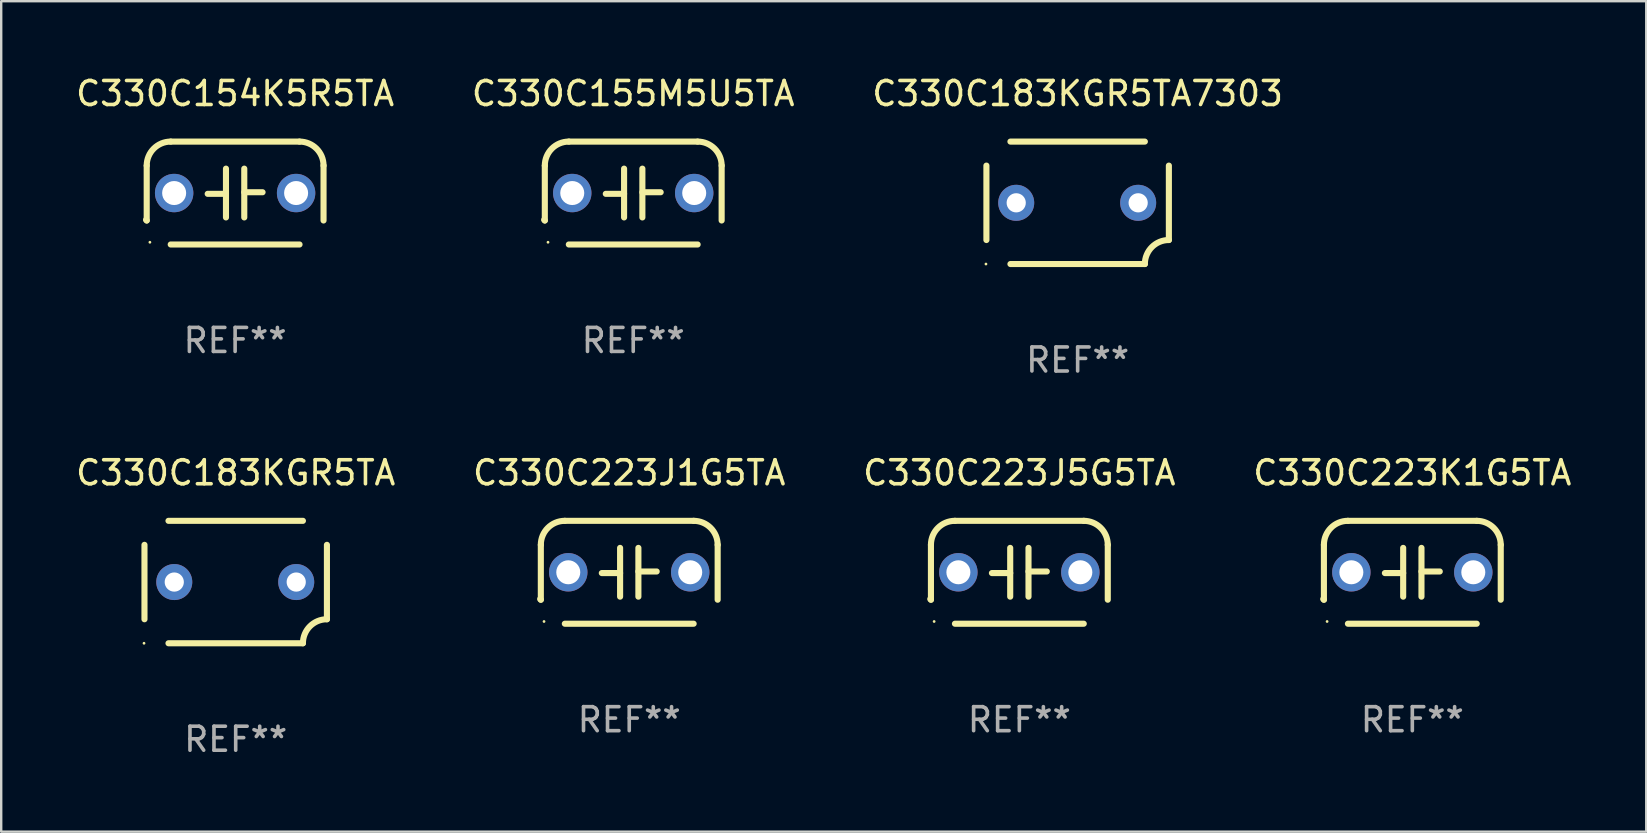
<source format=kicad_pcb>
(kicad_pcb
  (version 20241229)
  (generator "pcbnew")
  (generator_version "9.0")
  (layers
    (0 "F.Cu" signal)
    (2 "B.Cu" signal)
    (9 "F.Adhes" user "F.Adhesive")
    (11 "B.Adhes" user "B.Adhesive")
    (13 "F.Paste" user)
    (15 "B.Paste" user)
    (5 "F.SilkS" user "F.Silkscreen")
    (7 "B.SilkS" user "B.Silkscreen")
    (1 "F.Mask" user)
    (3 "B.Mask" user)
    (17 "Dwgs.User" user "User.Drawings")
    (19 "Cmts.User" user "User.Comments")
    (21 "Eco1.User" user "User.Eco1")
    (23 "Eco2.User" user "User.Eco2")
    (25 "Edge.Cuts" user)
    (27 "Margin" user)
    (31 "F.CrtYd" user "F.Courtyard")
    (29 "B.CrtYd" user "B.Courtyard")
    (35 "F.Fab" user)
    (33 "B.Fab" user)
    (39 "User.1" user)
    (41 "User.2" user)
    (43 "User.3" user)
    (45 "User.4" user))
  (footprint "C330C223J1G5TA"
    (layer "F.Cu")
    (at 23.161 20.788)
    (property "Reference" "C330C223J1G5TA" (at 0 -4.143 0) (layer "F.SilkS") (effects (font (size 1 1) (thickness 0.15))))
    (attr through_hole)
    (fp_line (start -3.683 -1.143) (end -3.683 1.143) (stroke (width 0.254) (type solid)) (layer "F.SilkS"))
    (fp_line (start -2.683 -2.143) (end 2.683 -2.143) (stroke (width 0.254) (type solid)) (layer "F.SilkS"))
    (fp_line (start -0.381 0.033) (end -1.143 0.033) (stroke (width 0.254) (type solid)) (layer "F.SilkS"))
    (fp_line (start -0.381 1.016) (end -0.381 -1.016) (stroke (width 0.254) (type solid)) (layer "F.SilkS"))
    (fp_line (start 0.381 -1.016) (end 0.381 1.016) (stroke (width 0.254) (type solid)) (layer "F.SilkS"))
    (fp_line (start 0.381 -0.033) (end 1.143 -0.033) (stroke (width 0.254) (type solid)) (layer "F.SilkS"))
    (fp_line (start 2.683 2.143) (end -2.683 2.143) (stroke (width 0.254) (type solid)) (layer "F.SilkS"))
    (fp_line (start 3.683 1.143) (end 3.683 -1.143) (stroke (width 0.254) (type solid)) (layer "F.SilkS"))
    (fp_arc (start -3.710292 1.115763) (mid -3.696656 1.129383) (end -3.68302 1.143002) (stroke (width 0.254001) (type solid)) (layer "F.SilkS"))
    (fp_arc (start -3.682994 -1.142977) (mid -3.390088 -1.850114) (end -2.682944 -2.143002) (stroke (width 0.254001) (type solid)) (layer "F.SilkS"))
    (fp_arc (start 2.682994 -2.143028) (mid 3.390106 -1.850122) (end 3.682995 -1.143002) (stroke (width 0.254001) (type solid)) (layer "F.SilkS"))
    (fp_circle (center -3.55 2.05) (end -3.52 2.05) (stroke (width 0.06) (type solid)) (fill no) (layer "F.SilkS"))
    (fp_text user "REF**" (at 0 6.143 0) (layer "F.Fab") (effects (font (size 1 1) (thickness 0.15))))
    (pad "1" thru_hole circle (at -2.54 0) (size 1.6 1.6) (drill 1) (layers "*.Cu" "*.Mask"))
    (pad "2" thru_hole circle (at 2.54 0) (size 1.6 1.6) (drill 1) (layers "*.Cu" "*.Mask")))
  (footprint "C330C223K1G5TA"
    (layer "F.Cu")
    (at 55.78 20.788)
    (property "Reference" "C330C223K1G5TA" (at 0 -4.143 0) (layer "F.SilkS") (effects (font (size 1 1) (thickness 0.15))))
    (attr through_hole)
    (fp_line (start -3.683 -1.143) (end -3.683 1.143) (stroke (width 0.254) (type solid)) (layer "F.SilkS"))
    (fp_line (start -2.683 -2.143) (end 2.683 -2.143) (stroke (width 0.254) (type solid)) (layer "F.SilkS"))
    (fp_line (start -0.381 0.033) (end -1.143 0.033) (stroke (width 0.254) (type solid)) (layer "F.SilkS"))
    (fp_line (start -0.381 1.016) (end -0.381 -1.016) (stroke (width 0.254) (type solid)) (layer "F.SilkS"))
    (fp_line (start 0.381 -1.016) (end 0.381 1.016) (stroke (width 0.254) (type solid)) (layer "F.SilkS"))
    (fp_line (start 0.381 -0.033) (end 1.143 -0.033) (stroke (width 0.254) (type solid)) (layer "F.SilkS"))
    (fp_line (start 2.683 2.143) (end -2.683 2.143) (stroke (width 0.254) (type solid)) (layer "F.SilkS"))
    (fp_line (start 3.683 1.143) (end 3.683 -1.143) (stroke (width 0.254) (type solid)) (layer "F.SilkS"))
    (fp_arc (start -3.710292 1.115763) (mid -3.696656 1.129383) (end -3.68302 1.143002) (stroke (width 0.254001) (type solid)) (layer "F.SilkS"))
    (fp_arc (start -3.682994 -1.142977) (mid -3.390088 -1.850114) (end -2.682944 -2.143002) (stroke (width 0.254001) (type solid)) (layer "F.SilkS"))
    (fp_arc (start 2.682994 -2.143028) (mid 3.390106 -1.850122) (end 3.682995 -1.143002) (stroke (width 0.254001) (type solid)) (layer "F.SilkS"))
    (fp_circle (center -3.55 2.05) (end -3.52 2.05) (stroke (width 0.06) (type solid)) (fill no) (layer "F.SilkS"))
    (fp_text user "REF**" (at 0 6.143 0) (layer "F.Fab") (effects (font (size 1 1) (thickness 0.15))))
    (pad "1" thru_hole circle (at -2.54 0) (size 1.6 1.6) (drill 1) (layers "*.Cu" "*.Mask"))
    (pad "2" thru_hole circle (at 2.54 0) (size 1.6 1.6) (drill 1) (layers "*.Cu" "*.Mask")))
  (footprint "C330C183KGR5TA"
    (layer "F.Cu")
    (at 6.768 21.195)
    (property "Reference" "C330C183KGR5TA" (at 0 -4.55 0) (layer "F.SilkS") (effects (font (size 1 1) (thickness 0.15))))
    (attr through_hole)
    (fp_line (start -3.8 1.55) (end -3.8 -1.55) (stroke (width 0.254) (type solid)) (layer "F.SilkS"))
    (fp_line (start -2.8 -2.55) (end 2.8 -2.55) (stroke (width 0.254) (type solid)) (layer "F.SilkS"))
    (fp_line (start 2.8 2.55) (end -2.8 2.55) (stroke (width 0.254) (type solid)) (layer "F.SilkS"))
    (fp_line (start 3.8 -1.55) (end 3.8 1.55) (stroke (width 0.254) (type solid)) (layer "F.SilkS"))
    (fp_arc (start 2.800038 2.549975) (mid 3.092931 1.842868) (end 3.800038 1.549975) (stroke (width 0.254001) (type solid)) (layer "F.SilkS"))
    (fp_circle (center -3.819 2.55) (end -3.789 2.55) (stroke (width 0.06) (type solid)) (fill no) (layer "F.SilkS"))
    (fp_text user "REF**" (at 0 6.55 0) (layer "F.Fab") (effects (font (size 1 1) (thickness 0.15))))
    (pad "1" thru_hole circle (at -2.559 -0.000013) (size 1.5 1.5) (drill 0.8) (layers "*.Cu" "*.Mask"))
    (pad "2" thru_hole circle (at 2.521 -0.000013) (size 1.5 1.5) (drill 0.8) (layers "*.Cu" "*.Mask")))
  (footprint "C330C183KGR5TA7303"
    (layer "F.Cu")
    (at 41.839 5.398)
    (property "Reference" "C330C183KGR5TA7303" (at 0 -4.55 0) (layer "F.SilkS") (effects (font (size 1 1) (thickness 0.15))))
    (attr through_hole)
    (fp_line (start -3.8 1.55) (end -3.8 -1.55) (stroke (width 0.254) (type solid)) (layer "F.SilkS"))
    (fp_line (start -2.8 -2.55) (end 2.8 -2.55) (stroke (width 0.254) (type solid)) (layer "F.SilkS"))
    (fp_line (start 2.8 2.55) (end -2.8 2.55) (stroke (width 0.254) (type solid)) (layer "F.SilkS"))
    (fp_line (start 3.8 -1.55) (end 3.8 1.55) (stroke (width 0.254) (type solid)) (layer "F.SilkS"))
    (fp_arc (start 2.800038 2.549975) (mid 3.092931 1.842868) (end 3.800038 1.549975) (stroke (width 0.254001) (type solid)) (layer "F.SilkS"))
    (fp_circle (center -3.819 2.55) (end -3.789 2.55) (stroke (width 0.06) (type solid)) (fill no) (layer "F.SilkS"))
    (fp_text user "REF**" (at 0 6.55 0) (layer "F.Fab") (effects (font (size 1 1) (thickness 0.15))))
    (pad "1" thru_hole circle (at -2.559 -0.000013) (size 1.5 1.5) (drill 0.8) (layers "*.Cu" "*.Mask"))
    (pad "2" thru_hole circle (at 2.521 -0.000013) (size 1.5 1.5) (drill 0.8) (layers "*.Cu" "*.Mask")))
  (footprint "C330C223J5G5TA"
    (layer "F.Cu")
    (at 39.411 20.788)
    (property "Reference" "C330C223J5G5TA" (at 0 -4.143 0) (layer "F.SilkS") (effects (font (size 1 1) (thickness 0.15))))
    (attr through_hole)
    (fp_line (start -3.683 -1.143) (end -3.683 1.143) (stroke (width 0.254) (type solid)) (layer "F.SilkS"))
    (fp_line (start -2.683 -2.143) (end 2.683 -2.143) (stroke (width 0.254) (type solid)) (layer "F.SilkS"))
    (fp_line (start -0.381 0.033) (end -1.143 0.033) (stroke (width 0.254) (type solid)) (layer "F.SilkS"))
    (fp_line (start -0.381 1.016) (end -0.381 -1.016) (stroke (width 0.254) (type solid)) (layer "F.SilkS"))
    (fp_line (start 0.381 -1.016) (end 0.381 1.016) (stroke (width 0.254) (type solid)) (layer "F.SilkS"))
    (fp_line (start 0.381 -0.033) (end 1.143 -0.033) (stroke (width 0.254) (type solid)) (layer "F.SilkS"))
    (fp_line (start 2.683 2.143) (end -2.683 2.143) (stroke (width 0.254) (type solid)) (layer "F.SilkS"))
    (fp_line (start 3.683 1.143) (end 3.683 -1.143) (stroke (width 0.254) (type solid)) (layer "F.SilkS"))
    (fp_arc (start -3.710292 1.115763) (mid -3.696656 1.129383) (end -3.68302 1.143002) (stroke (width 0.254001) (type solid)) (layer "F.SilkS"))
    (fp_arc (start -3.682994 -1.142977) (mid -3.390088 -1.850114) (end -2.682944 -2.143002) (stroke (width 0.254001) (type solid)) (layer "F.SilkS"))
    (fp_arc (start 2.682994 -2.143028) (mid 3.390106 -1.850122) (end 3.682995 -1.143002) (stroke (width 0.254001) (type solid)) (layer "F.SilkS"))
    (fp_circle (center -3.55 2.05) (end -3.52 2.05) (stroke (width 0.06) (type solid)) (fill no) (layer "F.SilkS"))
    (fp_text user "REF**" (at 0 6.143 0) (layer "F.Fab") (effects (font (size 1 1) (thickness 0.15))))
    (pad "1" thru_hole circle (at -2.54 0) (size 1.6 1.6) (drill 1) (layers "*.Cu" "*.Mask"))
    (pad "2" thru_hole circle (at 2.54 0) (size 1.6 1.6) (drill 1) (layers "*.Cu" "*.Mask")))
  (footprint "C330C154K5R5TA"
    (layer "F.Cu")
    (at 6.744 4.991)
    (property "Reference" "C330C154K5R5TA" (at 0 -4.143 0) (layer "F.SilkS") (effects (font (size 1 1) (thickness 0.15))))
    (attr through_hole)
    (fp_line (start -3.683 -1.143) (end -3.683 1.143) (stroke (width 0.254) (type solid)) (layer "F.SilkS"))
    (fp_line (start -2.683 -2.143) (end 2.683 -2.143) (stroke (width 0.254) (type solid)) (layer "F.SilkS"))
    (fp_line (start -0.381 0.033) (end -1.143 0.033) (stroke (width 0.254) (type solid)) (layer "F.SilkS"))
    (fp_line (start -0.381 1.016) (end -0.381 -1.016) (stroke (width 0.254) (type solid)) (layer "F.SilkS"))
    (fp_line (start 0.381 -1.016) (end 0.381 1.016) (stroke (width 0.254) (type solid)) (layer "F.SilkS"))
    (fp_line (start 0.381 -0.033) (end 1.143 -0.033) (stroke (width 0.254) (type solid)) (layer "F.SilkS"))
    (fp_line (start 2.683 2.143) (end -2.683 2.143) (stroke (width 0.254) (type solid)) (layer "F.SilkS"))
    (fp_line (start 3.683 1.143) (end 3.683 -1.143) (stroke (width 0.254) (type solid)) (layer "F.SilkS"))
    (fp_arc (start -3.710292 1.115763) (mid -3.696656 1.129383) (end -3.68302 1.143002) (stroke (width 0.254001) (type solid)) (layer "F.SilkS"))
    (fp_arc (start -3.682994 -1.142977) (mid -3.390088 -1.850114) (end -2.682944 -2.143002) (stroke (width 0.254001) (type solid)) (layer "F.SilkS"))
    (fp_arc (start 2.682994 -2.143028) (mid 3.390106 -1.850122) (end 3.682995 -1.143002) (stroke (width 0.254001) (type solid)) (layer "F.SilkS"))
    (fp_circle (center -3.55 2.05) (end -3.52 2.05) (stroke (width 0.06) (type solid)) (fill no) (layer "F.SilkS"))
    (fp_text user "REF**" (at 0 6.143 0) (layer "F.Fab") (effects (font (size 1 1) (thickness 0.15))))
    (pad "1" thru_hole circle (at -2.54 0) (size 1.6 1.6) (drill 1) (layers "*.Cu" "*.Mask"))
    (pad "2" thru_hole circle (at 2.54 0) (size 1.6 1.6) (drill 1) (layers "*.Cu" "*.Mask")))
  (footprint "C330C155M5U5TA"
    (layer "F.Cu")
    (at 23.327 4.991)
    (property "Reference" "C330C155M5U5TA" (at 0 -4.143 0) (layer "F.SilkS") (effects (font (size 1 1) (thickness 0.15))))
    (attr through_hole)
    (fp_line (start -3.683 -1.143) (end -3.683 1.143) (stroke (width 0.254) (type solid)) (layer "F.SilkS"))
    (fp_line (start -2.683 -2.143) (end 2.683 -2.143) (stroke (width 0.254) (type solid)) (layer "F.SilkS"))
    (fp_line (start -0.381 0.033) (end -1.143 0.033) (stroke (width 0.254) (type solid)) (layer "F.SilkS"))
    (fp_line (start -0.381 1.016) (end -0.381 -1.016) (stroke (width 0.254) (type solid)) (layer "F.SilkS"))
    (fp_line (start 0.381 -1.016) (end 0.381 1.016) (stroke (width 0.254) (type solid)) (layer "F.SilkS"))
    (fp_line (start 0.381 -0.033) (end 1.143 -0.033) (stroke (width 0.254) (type solid)) (layer "F.SilkS"))
    (fp_line (start 2.683 2.143) (end -2.683 2.143) (stroke (width 0.254) (type solid)) (layer "F.SilkS"))
    (fp_line (start 3.683 1.143) (end 3.683 -1.143) (stroke (width 0.254) (type solid)) (layer "F.SilkS"))
    (fp_arc (start -3.710292 1.115763) (mid -3.696656 1.129383) (end -3.68302 1.143002) (stroke (width 0.254001) (type solid)) (layer "F.SilkS"))
    (fp_arc (start -3.682994 -1.142977) (mid -3.390088 -1.850114) (end -2.682944 -2.143002) (stroke (width 0.254001) (type solid)) (layer "F.SilkS"))
    (fp_arc (start 2.682994 -2.143028) (mid 3.390106 -1.850122) (end 3.682995 -1.143002) (stroke (width 0.254001) (type solid)) (layer "F.SilkS"))
    (fp_circle (center -3.55 2.05) (end -3.52 2.05) (stroke (width 0.06) (type solid)) (fill no) (layer "F.SilkS"))
    (fp_text user "REF**" (at 0 6.143 0) (layer "F.Fab") (effects (font (size 1 1) (thickness 0.15))))
    (pad "1" thru_hole circle (at -2.54 0) (size 1.6 1.6) (drill 1) (layers "*.Cu" "*.Mask"))
    (pad "2" thru_hole circle (at 2.54 0) (size 1.6 1.6) (drill 1) (layers "*.Cu" "*.Mask")))
  (gr_rect
    (start -3 -3)
    (end 65.524 31.593)
    (stroke (width 0.1) (type default))
    (fill no)
    (layer "Edge.Cuts")))
</source>
